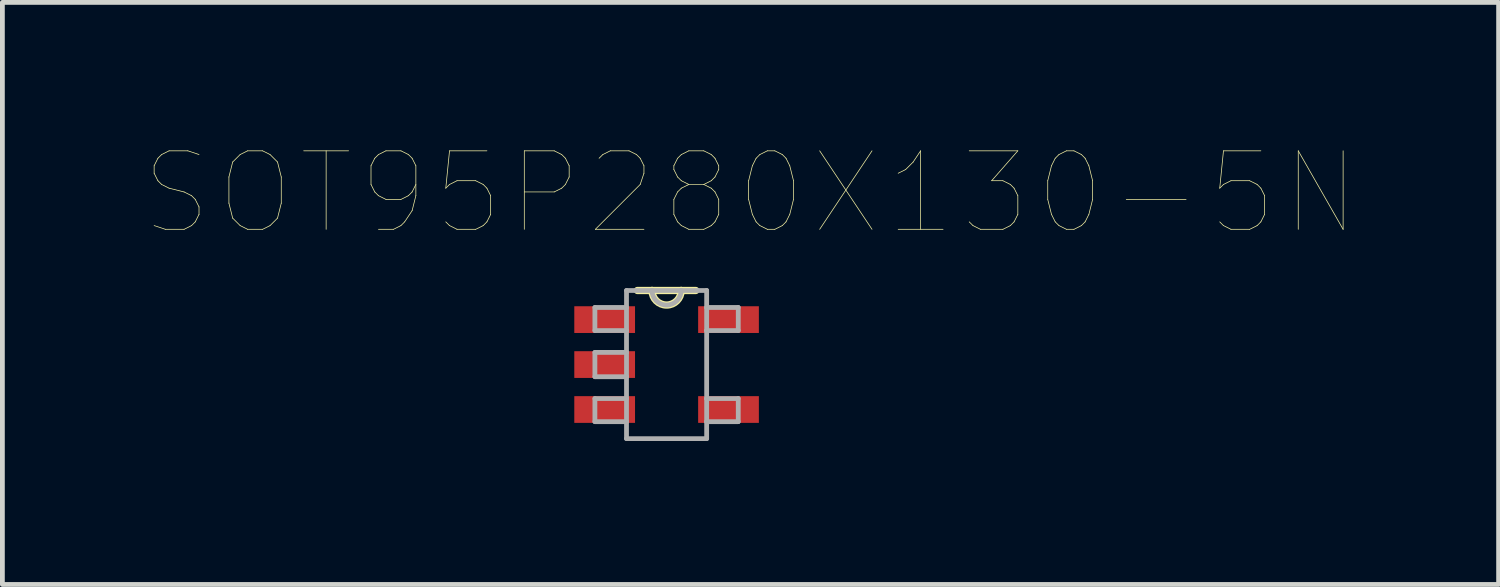
<source format=kicad_pcb>
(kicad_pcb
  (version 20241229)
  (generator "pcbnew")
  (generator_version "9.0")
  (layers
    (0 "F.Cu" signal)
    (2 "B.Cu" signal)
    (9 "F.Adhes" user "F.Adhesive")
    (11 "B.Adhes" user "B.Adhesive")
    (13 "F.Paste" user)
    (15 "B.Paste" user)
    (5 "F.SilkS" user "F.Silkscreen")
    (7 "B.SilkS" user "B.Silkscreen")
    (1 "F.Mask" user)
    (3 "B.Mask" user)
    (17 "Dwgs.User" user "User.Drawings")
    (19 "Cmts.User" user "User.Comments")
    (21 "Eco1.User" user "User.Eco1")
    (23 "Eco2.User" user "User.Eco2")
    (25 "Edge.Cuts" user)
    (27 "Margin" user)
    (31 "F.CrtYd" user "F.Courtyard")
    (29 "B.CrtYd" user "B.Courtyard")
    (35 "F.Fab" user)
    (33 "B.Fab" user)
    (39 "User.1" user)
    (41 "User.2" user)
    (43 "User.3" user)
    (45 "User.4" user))
  (footprint "SOT95P280X130-5N"
    (layer "F.Cu")
    (at 10.89 4.574)
    (property "Reference" "SOT95P280X130-5N" (at 1.755 -3.587 0) (layer "F.SilkS") (effects (font (size 1.642 1.642) (thickness 0.015))))
    (attr through_hole)
    (fp_line (start -0.305 -1.549) (end -0.61 -1.549) (stroke (width 0.152) (type solid)) (layer "F.SilkS"))
    (fp_line (start 0.305 -1.549) (end -0.305 -1.549) (stroke (width 0.152) (type solid)) (layer "F.SilkS"))
    (fp_line (start 0.61 -1.549) (end 0.305 -1.549) (stroke (width 0.152) (type solid)) (layer "F.SilkS"))
    (fp_arc (start 0.3048 -1.5494) (mid 0 -1.2446) (end -0.3048 -1.5494) (stroke (width 0.1524) (type solid)) (layer "F.SilkS"))
    (fp_line (start -1.499 -1.194) (end -1.499 -0.711) (stroke (width 0.1) (type solid)) (layer "F.Fab"))
    (fp_line (start -1.499 -0.711) (end -0.838 -0.711) (stroke (width 0.1) (type solid)) (layer "F.Fab"))
    (fp_line (start -1.499 -0.254) (end -1.499 0.254) (stroke (width 0.1) (type solid)) (layer "F.Fab"))
    (fp_line (start -1.499 0.254) (end -0.838 0.254) (stroke (width 0.1) (type solid)) (layer "F.Fab"))
    (fp_line (start -1.499 0.711) (end -1.499 1.194) (stroke (width 0.1) (type solid)) (layer "F.Fab"))
    (fp_line (start -1.499 1.194) (end -0.838 1.194) (stroke (width 0.1) (type solid)) (layer "F.Fab"))
    (fp_line (start -0.838 -1.549) (end -0.838 -1.194) (stroke (width 0.1) (type solid)) (layer "F.Fab"))
    (fp_line (start -0.838 -1.194) (end -1.499 -1.194) (stroke (width 0.1) (type solid)) (layer "F.Fab"))
    (fp_line (start -0.838 -1.194) (end -0.838 -0.711) (stroke (width 0.1) (type solid)) (layer "F.Fab"))
    (fp_line (start -0.838 -0.711) (end -0.838 -0.254) (stroke (width 0.1) (type solid)) (layer "F.Fab"))
    (fp_line (start -0.838 -0.254) (end -1.499 -0.254) (stroke (width 0.1) (type solid)) (layer "F.Fab"))
    (fp_line (start -0.838 -0.254) (end -0.838 0.254) (stroke (width 0.1) (type solid)) (layer "F.Fab"))
    (fp_line (start -0.838 0.254) (end -0.838 0.711) (stroke (width 0.1) (type solid)) (layer "F.Fab"))
    (fp_line (start -0.838 0.711) (end -1.499 0.711) (stroke (width 0.1) (type solid)) (layer "F.Fab"))
    (fp_line (start -0.838 1.194) (end -0.838 0.711) (stroke (width 0.1) (type solid)) (layer "F.Fab"))
    (fp_line (start -0.838 1.549) (end -0.838 1.194) (stroke (width 0.1) (type solid)) (layer "F.Fab"))
    (fp_line (start -0.838 1.549) (end 0.838 1.549) (stroke (width 0.1) (type solid)) (layer "F.Fab"))
    (fp_line (start -0.305 -1.549) (end -0.838 -1.549) (stroke (width 0.1) (type solid)) (layer "F.Fab"))
    (fp_line (start 0.305 -1.549) (end -0.305 -1.549) (stroke (width 0.1) (type solid)) (layer "F.Fab"))
    (fp_line (start 0.838 -1.549) (end 0.305 -1.549) (stroke (width 0.1) (type solid)) (layer "F.Fab"))
    (fp_line (start 0.838 -1.549) (end 0.838 -1.194) (stroke (width 0.1) (type solid)) (layer "F.Fab"))
    (fp_line (start 0.838 -1.194) (end 0.838 -0.711) (stroke (width 0.1) (type solid)) (layer "F.Fab"))
    (fp_line (start 0.838 -0.711) (end 1.499 -0.711) (stroke (width 0.1) (type solid)) (layer "F.Fab"))
    (fp_line (start 0.838 0.711) (end 0.838 -0.711) (stroke (width 0.1) (type solid)) (layer "F.Fab"))
    (fp_line (start 0.838 1.194) (end 0.838 0.711) (stroke (width 0.1) (type solid)) (layer "F.Fab"))
    (fp_line (start 0.838 1.194) (end 1.499 1.194) (stroke (width 0.1) (type solid)) (layer "F.Fab"))
    (fp_line (start 0.838 1.549) (end 0.838 1.194) (stroke (width 0.1) (type solid)) (layer "F.Fab"))
    (fp_line (start 1.499 -1.194) (end 0.838 -1.194) (stroke (width 0.1) (type solid)) (layer "F.Fab"))
    (fp_line (start 1.499 -0.711) (end 1.499 -1.194) (stroke (width 0.1) (type solid)) (layer "F.Fab"))
    (fp_line (start 1.499 0.711) (end 0.838 0.711) (stroke (width 0.1) (type solid)) (layer "F.Fab"))
    (fp_line (start 1.499 1.194) (end 1.499 0.711) (stroke (width 0.1) (type solid)) (layer "F.Fab"))
    (fp_arc (start 0.3048 -1.5494) (mid 0 -1.2446) (end -0.3048 -1.5494) (stroke (width 0.1) (type solid)) (layer "F.Fab"))
    (pad "1" smd rect (at -1.295 -0.94) (size 1.27 0.559) (layers "F.Cu" "F.Mask" "F.Paste"))
    (pad "2" smd rect (at -1.295 0) (size 1.27 0.559) (layers "F.Cu" "F.Mask" "F.Paste"))
    (pad "3" smd rect (at -1.295 0.94) (size 1.27 0.559) (layers "F.Cu" "F.Mask" "F.Paste"))
    (pad "4" smd rect (at 1.295 0.94) (size 1.27 0.559) (layers "F.Cu" "F.Mask" "F.Paste"))
    (pad "5" smd rect (at 1.295 -0.94) (size 1.27 0.559) (layers "F.Cu" "F.Mask" "F.Paste")))
  (gr_rect
    (start -3 -3)
    (end 28.29 9.173)
    (stroke (width 0.1) (type default))
    (fill no)
    (layer "Edge.Cuts")))
</source>
